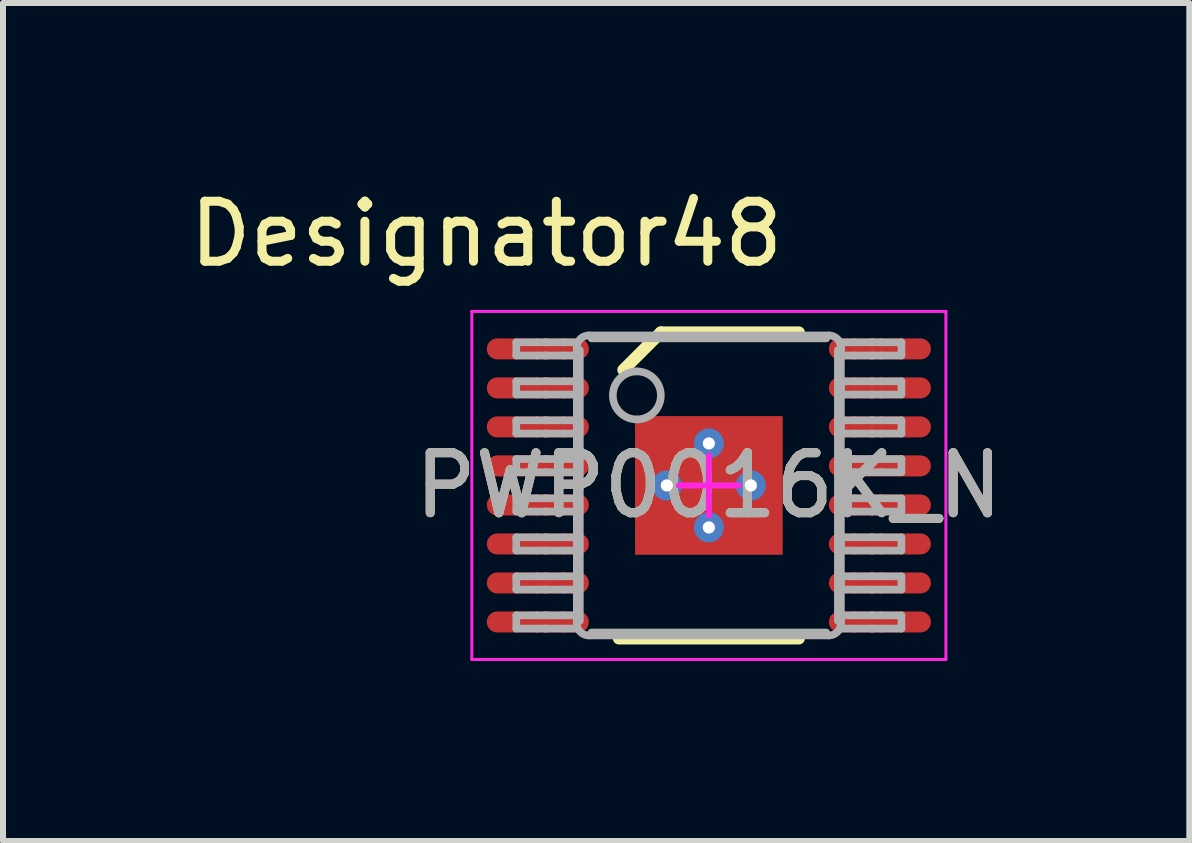
<source format=kicad_pcb>
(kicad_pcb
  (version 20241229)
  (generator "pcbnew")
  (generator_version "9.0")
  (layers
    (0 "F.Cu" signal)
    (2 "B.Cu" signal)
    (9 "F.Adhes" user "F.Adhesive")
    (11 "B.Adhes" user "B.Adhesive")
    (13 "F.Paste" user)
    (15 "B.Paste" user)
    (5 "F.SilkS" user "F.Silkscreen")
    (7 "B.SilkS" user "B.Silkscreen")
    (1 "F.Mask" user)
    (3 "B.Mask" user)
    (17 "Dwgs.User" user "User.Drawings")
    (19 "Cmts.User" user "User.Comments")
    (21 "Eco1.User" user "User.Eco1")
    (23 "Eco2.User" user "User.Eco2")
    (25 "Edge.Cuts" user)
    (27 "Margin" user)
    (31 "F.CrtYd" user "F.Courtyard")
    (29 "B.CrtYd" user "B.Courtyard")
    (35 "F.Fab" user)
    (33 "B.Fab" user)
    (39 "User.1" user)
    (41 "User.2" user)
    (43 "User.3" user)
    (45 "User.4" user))
  (footprint "PWP0016K_N"
    (layer "F.Cu")
    (at 8.762 5.039)
    (property "Reference" "PWP0016K_N" (at 0 0 0) (unlocked yes) (layer "F.SilkS") (effects (font (size 1 1) (thickness 0.15))))
    (attr smd)
    (fp_line (start -1.5 2.55) (end 1.5 2.55) (stroke (width 0.2) (type solid)) (layer "F.SilkS"))
    (fp_line (start -1.425 -1.925) (end -0.8 -2.55) (stroke (width 0.2) (type solid)) (layer "F.SilkS"))
    (fp_line (start -0.8 -2.55) (end 1.5 -2.55) (stroke (width 0.2) (type solid)) (layer "F.SilkS"))
    (fp_line (start -3.95 -2.9) (end 3.95 -2.9) (stroke (width 0.05) (type solid)) (layer "F.CrtYd"))
    (fp_line (start -3.95 2.9) (end -3.95 -2.9) (stroke (width 0.05) (type solid)) (layer "F.CrtYd"))
    (fp_line (start -3.95 2.9) (end 3.95 2.9) (stroke (width 0.05) (type solid)) (layer "F.CrtYd"))
    (fp_line (start -0.5 0.000003) (end 0.5 0.000003) (stroke (width 0.1) (type solid)) (layer "F.CrtYd"))
    (fp_line (start 0 0.5) (end 0 -0.5) (stroke (width 0.1) (type solid)) (layer "F.CrtYd"))
    (fp_line (start 3.95 2.9) (end 3.95 -2.9) (stroke (width 0.05) (type solid)) (layer "F.CrtYd"))
    (fp_line (start -3.209 -2.385) (end -2.871 -2.385) (stroke (width 0.127) (type solid)) (layer "F.Fab"))
    (fp_line (start -3.209 -2.165) (end -3.209 -2.385) (stroke (width 0.127) (type solid)) (layer "F.Fab"))
    (fp_line (start -3.209 -2.165) (end -2.871 -2.165) (stroke (width 0.127) (type solid)) (layer "F.Fab"))
    (fp_line (start -3.209 -1.735) (end -2.871 -1.735) (stroke (width 0.127) (type solid)) (layer "F.Fab"))
    (fp_line (start -3.209 -1.515) (end -3.209 -1.735) (stroke (width 0.127) (type solid)) (layer "F.Fab"))
    (fp_line (start -3.209 -1.515) (end -2.871 -1.515) (stroke (width 0.127) (type solid)) (layer "F.Fab"))
    (fp_line (start -3.209 -1.085) (end -2.871 -1.085) (stroke (width 0.127) (type solid)) (layer "F.Fab"))
    (fp_line (start -3.209 -0.865) (end -3.209 -1.085) (stroke (width 0.127) (type solid)) (layer "F.Fab"))
    (fp_line (start -3.209 -0.865) (end -2.871 -0.865) (stroke (width 0.127) (type solid)) (layer "F.Fab"))
    (fp_line (start -3.209 -0.44) (end -2.871 -0.44) (stroke (width 0.127) (type solid)) (layer "F.Fab"))
    (fp_line (start -3.209 -0.22) (end -3.209 -0.44) (stroke (width 0.127) (type solid)) (layer "F.Fab"))
    (fp_line (start -3.209 -0.22) (end -2.871 -0.22) (stroke (width 0.127) (type solid)) (layer "F.Fab"))
    (fp_line (start -3.209 0.215) (end -2.871 0.215) (stroke (width 0.127) (type solid)) (layer "F.Fab"))
    (fp_line (start -3.209 0.435) (end -3.209 0.215) (stroke (width 0.127) (type solid)) (layer "F.Fab"))
    (fp_line (start -3.209 0.435) (end -2.871 0.435) (stroke (width 0.127) (type solid)) (layer "F.Fab"))
    (fp_line (start -3.209 0.865) (end -2.871 0.865) (stroke (width 0.127) (type solid)) (layer "F.Fab"))
    (fp_line (start -3.209 1.085) (end -3.209 0.865) (stroke (width 0.127) (type solid)) (layer "F.Fab"))
    (fp_line (start -3.209 1.085) (end -2.871 1.085) (stroke (width 0.127) (type solid)) (layer "F.Fab"))
    (fp_line (start -3.209 1.515) (end -2.871 1.515) (stroke (width 0.127) (type solid)) (layer "F.Fab"))
    (fp_line (start -3.209 1.735) (end -3.209 1.515) (stroke (width 0.127) (type solid)) (layer "F.Fab"))
    (fp_line (start -3.209 1.735) (end -2.871 1.735) (stroke (width 0.127) (type solid)) (layer "F.Fab"))
    (fp_line (start -3.209 2.165) (end -2.871 2.165) (stroke (width 0.127) (type solid)) (layer "F.Fab"))
    (fp_line (start -3.209 2.385) (end -3.209 2.165) (stroke (width 0.127) (type solid)) (layer "F.Fab"))
    (fp_line (start -3.209 2.385) (end -2.871 2.385) (stroke (width 0.127) (type solid)) (layer "F.Fab"))
    (fp_line (start -2.871 -2.385) (end -2.723 -2.385) (stroke (width 0.127) (type solid)) (layer "F.Fab"))
    (fp_line (start -2.871 -2.165) (end -2.723 -2.165) (stroke (width 0.127) (type solid)) (layer "F.Fab"))
    (fp_line (start -2.871 -1.735) (end -2.723 -1.735) (stroke (width 0.127) (type solid)) (layer "F.Fab"))
    (fp_line (start -2.871 -1.515) (end -2.723 -1.515) (stroke (width 0.127) (type solid)) (layer "F.Fab"))
    (fp_line (start -2.871 -1.085) (end -2.723 -1.085) (stroke (width 0.127) (type solid)) (layer "F.Fab"))
    (fp_line (start -2.871 -0.865) (end -2.723 -0.865) (stroke (width 0.127) (type solid)) (layer "F.Fab"))
    (fp_line (start -2.871 -0.44) (end -2.723 -0.44) (stroke (width 0.127) (type solid)) (layer "F.Fab"))
    (fp_line (start -2.871 -0.22) (end -2.723 -0.22) (stroke (width 0.127) (type solid)) (layer "F.Fab"))
    (fp_line (start -2.871 0.215) (end -2.723 0.215) (stroke (width 0.127) (type solid)) (layer "F.Fab"))
    (fp_line (start -2.871 0.435) (end -2.723 0.435) (stroke (width 0.127) (type solid)) (layer "F.Fab"))
    (fp_line (start -2.871 0.865) (end -2.723 0.865) (stroke (width 0.127) (type solid)) (layer "F.Fab"))
    (fp_line (start -2.871 1.085) (end -2.723 1.085) (stroke (width 0.127) (type solid)) (layer "F.Fab"))
    (fp_line (start -2.871 1.515) (end -2.723 1.515) (stroke (width 0.127) (type solid)) (layer "F.Fab"))
    (fp_line (start -2.871 1.735) (end -2.723 1.735) (stroke (width 0.127) (type solid)) (layer "F.Fab"))
    (fp_line (start -2.871 2.165) (end -2.723 2.165) (stroke (width 0.127) (type solid)) (layer "F.Fab"))
    (fp_line (start -2.871 2.385) (end -2.723 2.385) (stroke (width 0.127) (type solid)) (layer "F.Fab"))
    (fp_line (start -2.723 -2.385) (end -2.714 -2.385) (stroke (width 0.127) (type solid)) (layer "F.Fab"))
    (fp_line (start -2.723 -2.165) (end -2.714 -2.165) (stroke (width 0.127) (type solid)) (layer "F.Fab"))
    (fp_line (start -2.723 -1.735) (end -2.714 -1.735) (stroke (width 0.127) (type solid)) (layer "F.Fab"))
    (fp_line (start -2.723 -1.515) (end -2.714 -1.515) (stroke (width 0.127) (type solid)) (layer "F.Fab"))
    (fp_line (start -2.723 -1.085) (end -2.714 -1.085) (stroke (width 0.127) (type solid)) (layer "F.Fab"))
    (fp_line (start -2.723 -0.865) (end -2.714 -0.865) (stroke (width 0.127) (type solid)) (layer "F.Fab"))
    (fp_line (start -2.723 -0.44) (end -2.714 -0.44) (stroke (width 0.127) (type solid)) (layer "F.Fab"))
    (fp_line (start -2.723 -0.22) (end -2.714 -0.22) (stroke (width 0.127) (type solid)) (layer "F.Fab"))
    (fp_line (start -2.723 0.215) (end -2.714 0.215) (stroke (width 0.127) (type solid)) (layer "F.Fab"))
    (fp_line (start -2.723 0.435) (end -2.714 0.435) (stroke (width 0.127) (type solid)) (layer "F.Fab"))
    (fp_line (start -2.723 0.865) (end -2.714 0.865) (stroke (width 0.127) (type solid)) (layer "F.Fab"))
    (fp_line (start -2.723 1.085) (end -2.714 1.085) (stroke (width 0.127) (type solid)) (layer "F.Fab"))
    (fp_line (start -2.723 1.515) (end -2.714 1.515) (stroke (width 0.127) (type solid)) (layer "F.Fab"))
    (fp_line (start -2.723 1.735) (end -2.714 1.735) (stroke (width 0.127) (type solid)) (layer "F.Fab"))
    (fp_line (start -2.723 2.165) (end -2.714 2.165) (stroke (width 0.127) (type solid)) (layer "F.Fab"))
    (fp_line (start -2.723 2.385) (end -2.714 2.385) (stroke (width 0.127) (type solid)) (layer "F.Fab"))
    (fp_line (start -2.714 -2.385) (end -2.429 -2.385) (stroke (width 0.127) (type solid)) (layer "F.Fab"))
    (fp_line (start -2.714 -2.165) (end -2.429 -2.165) (stroke (width 0.127) (type solid)) (layer "F.Fab"))
    (fp_line (start -2.714 -1.735) (end -2.429 -1.735) (stroke (width 0.127) (type solid)) (layer "F.Fab"))
    (fp_line (start -2.714 -1.515) (end -2.429 -1.515) (stroke (width 0.127) (type solid)) (layer "F.Fab"))
    (fp_line (start -2.714 -1.085) (end -2.429 -1.085) (stroke (width 0.127) (type solid)) (layer "F.Fab"))
    (fp_line (start -2.714 -0.865) (end -2.429 -0.865) (stroke (width 0.127) (type solid)) (layer "F.Fab"))
    (fp_line (start -2.714 -0.44) (end -2.429 -0.44) (stroke (width 0.127) (type solid)) (layer "F.Fab"))
    (fp_line (start -2.714 -0.22) (end -2.429 -0.22) (stroke (width 0.127) (type solid)) (layer "F.Fab"))
    (fp_line (start -2.714 0.215) (end -2.429 0.215) (stroke (width 0.127) (type solid)) (layer "F.Fab"))
    (fp_line (start -2.714 0.435) (end -2.429 0.435) (stroke (width 0.127) (type solid)) (layer "F.Fab"))
    (fp_line (start -2.714 0.865) (end -2.429 0.865) (stroke (width 0.127) (type solid)) (layer "F.Fab"))
    (fp_line (start -2.714 1.085) (end -2.429 1.085) (stroke (width 0.127) (type solid)) (layer "F.Fab"))
    (fp_line (start -2.714 1.515) (end -2.429 1.515) (stroke (width 0.127) (type solid)) (layer "F.Fab"))
    (fp_line (start -2.714 1.735) (end -2.429 1.735) (stroke (width 0.127) (type solid)) (layer "F.Fab"))
    (fp_line (start -2.714 2.165) (end -2.429 2.165) (stroke (width 0.127) (type solid)) (layer "F.Fab"))
    (fp_line (start -2.714 2.385) (end -2.429 2.385) (stroke (width 0.127) (type solid)) (layer "F.Fab"))
    (fp_line (start -2.429 -2.385) (end -2.2 -2.385) (stroke (width 0.127) (type solid)) (layer "F.Fab"))
    (fp_line (start -2.429 -2.165) (end -2.2 -2.165) (stroke (width 0.127) (type solid)) (layer "F.Fab"))
    (fp_line (start -2.429 -1.735) (end -2.2 -1.735) (stroke (width 0.127) (type solid)) (layer "F.Fab"))
    (fp_line (start -2.429 -1.515) (end -2.2 -1.515) (stroke (width 0.127) (type solid)) (layer "F.Fab"))
    (fp_line (start -2.429 -1.085) (end -2.2 -1.085) (stroke (width 0.127) (type solid)) (layer "F.Fab"))
    (fp_line (start -2.429 -0.865) (end -2.2 -0.865) (stroke (width 0.127) (type solid)) (layer "F.Fab"))
    (fp_line (start -2.429 -0.44) (end -2.2 -0.44) (stroke (width 0.127) (type solid)) (layer "F.Fab"))
    (fp_line (start -2.429 -0.22) (end -2.2 -0.22) (stroke (width 0.127) (type solid)) (layer "F.Fab"))
    (fp_line (start -2.429 0.215) (end -2.2 0.215) (stroke (width 0.127) (type solid)) (layer "F.Fab"))
    (fp_line (start -2.429 0.435) (end -2.2 0.435) (stroke (width 0.127) (type solid)) (layer "F.Fab"))
    (fp_line (start -2.429 0.865) (end -2.2 0.865) (stroke (width 0.127) (type solid)) (layer "F.Fab"))
    (fp_line (start -2.429 1.085) (end -2.2 1.085) (stroke (width 0.127) (type solid)) (layer "F.Fab"))
    (fp_line (start -2.429 1.515) (end -2.2 1.515) (stroke (width 0.127) (type solid)) (layer "F.Fab"))
    (fp_line (start -2.429 1.735) (end -2.2 1.735) (stroke (width 0.127) (type solid)) (layer "F.Fab"))
    (fp_line (start -2.429 2.165) (end -2.2 2.165) (stroke (width 0.127) (type solid)) (layer "F.Fab"))
    (fp_line (start -2.429 2.385) (end -2.2 2.385) (stroke (width 0.127) (type solid)) (layer "F.Fab"))
    (fp_line (start -2.2 -2.165) (end -2.2 -2.385) (stroke (width 0.127) (type solid)) (layer "F.Fab"))
    (fp_line (start -2.2 -1.515) (end -2.2 -1.735) (stroke (width 0.127) (type solid)) (layer "F.Fab"))
    (fp_line (start -2.2 -0.865) (end -2.2 -1.085) (stroke (width 0.127) (type solid)) (layer "F.Fab"))
    (fp_line (start -2.2 -0.22) (end -2.2 -0.44) (stroke (width 0.127) (type solid)) (layer "F.Fab"))
    (fp_line (start -2.2 0.435) (end -2.2 0.215) (stroke (width 0.127) (type solid)) (layer "F.Fab"))
    (fp_line (start -2.2 1.085) (end -2.2 0.865) (stroke (width 0.127) (type solid)) (layer "F.Fab"))
    (fp_line (start -2.2 1.735) (end -2.2 1.515) (stroke (width 0.127) (type solid)) (layer "F.Fab"))
    (fp_line (start -2.2 2.3) (end -2.2 -2.3) (stroke (width 0.127) (type solid)) (layer "F.Fab"))
    (fp_line (start -2.2 2.385) (end -2.2 2.165) (stroke (width 0.127) (type solid)) (layer "F.Fab"))
    (fp_line (start -2.15 2.256) (end -2.15 -2.256) (stroke (width 0.127) (type solid)) (layer "F.Fab"))
    (fp_line (start -2 -2.5) (end 2 -2.5) (stroke (width 0.127) (type solid)) (layer "F.Fab"))
    (fp_line (start -2 2.5) (end 2 2.5) (stroke (width 0.127) (type solid)) (layer "F.Fab"))
    (fp_line (start -1.956 -2.45) (end 1.956 -2.45) (stroke (width 0.127) (type solid)) (layer "F.Fab"))
    (fp_line (start -1.956 2.45) (end 1.956 2.45) (stroke (width 0.127) (type solid)) (layer "F.Fab"))
    (fp_line (start 2.15 2.256) (end 2.15 -2.256) (stroke (width 0.127) (type solid)) (layer "F.Fab"))
    (fp_line (start 2.2 -2.385) (end 2.429 -2.385) (stroke (width 0.127) (type solid)) (layer "F.Fab"))
    (fp_line (start 2.2 -2.165) (end 2.2 -2.385) (stroke (width 0.127) (type solid)) (layer "F.Fab"))
    (fp_line (start 2.2 -2.165) (end 2.429 -2.165) (stroke (width 0.127) (type solid)) (layer "F.Fab"))
    (fp_line (start 2.2 -1.735) (end 2.429 -1.735) (stroke (width 0.127) (type solid)) (layer "F.Fab"))
    (fp_line (start 2.2 -1.515) (end 2.2 -1.735) (stroke (width 0.127) (type solid)) (layer "F.Fab"))
    (fp_line (start 2.2 -1.515) (end 2.429 -1.515) (stroke (width 0.127) (type solid)) (layer "F.Fab"))
    (fp_line (start 2.2 -1.085) (end 2.429 -1.085) (stroke (width 0.127) (type solid)) (layer "F.Fab"))
    (fp_line (start 2.2 -0.865) (end 2.2 -1.085) (stroke (width 0.127) (type solid)) (layer "F.Fab"))
    (fp_line (start 2.2 -0.865) (end 2.429 -0.865) (stroke (width 0.127) (type solid)) (layer "F.Fab"))
    (fp_line (start 2.2 -0.44) (end 2.429 -0.44) (stroke (width 0.127) (type solid)) (layer "F.Fab"))
    (fp_line (start 2.2 -0.22) (end 2.2 -0.44) (stroke (width 0.127) (type solid)) (layer "F.Fab"))
    (fp_line (start 2.2 -0.22) (end 2.429 -0.22) (stroke (width 0.127) (type solid)) (layer "F.Fab"))
    (fp_line (start 2.2 0.215) (end 2.429 0.215) (stroke (width 0.127) (type solid)) (layer "F.Fab"))
    (fp_line (start 2.2 0.435) (end 2.2 0.215) (stroke (width 0.127) (type solid)) (layer "F.Fab"))
    (fp_line (start 2.2 0.435) (end 2.429 0.435) (stroke (width 0.127) (type solid)) (layer "F.Fab"))
    (fp_line (start 2.2 0.865) (end 2.429 0.865) (stroke (width 0.127) (type solid)) (layer "F.Fab"))
    (fp_line (start 2.2 1.085) (end 2.2 0.865) (stroke (width 0.127) (type solid)) (layer "F.Fab"))
    (fp_line (start 2.2 1.085) (end 2.429 1.085) (stroke (width 0.127) (type solid)) (layer "F.Fab"))
    (fp_line (start 2.2 1.515) (end 2.429 1.515) (stroke (width 0.127) (type solid)) (layer "F.Fab"))
    (fp_line (start 2.2 1.735) (end 2.2 1.515) (stroke (width 0.127) (type solid)) (layer "F.Fab"))
    (fp_line (start 2.2 1.735) (end 2.429 1.735) (stroke (width 0.127) (type solid)) (layer "F.Fab"))
    (fp_line (start 2.2 2.165) (end 2.429 2.165) (stroke (width 0.127) (type solid)) (layer "F.Fab"))
    (fp_line (start 2.2 2.3) (end 2.2 -2.3) (stroke (width 0.127) (type solid)) (layer "F.Fab"))
    (fp_line (start 2.2 2.385) (end 2.2 2.165) (stroke (width 0.127) (type solid)) (layer "F.Fab"))
    (fp_line (start 2.2 2.385) (end 2.429 2.385) (stroke (width 0.127) (type solid)) (layer "F.Fab"))
    (fp_line (start 2.429 -2.385) (end 2.714 -2.385) (stroke (width 0.127) (type solid)) (layer "F.Fab"))
    (fp_line (start 2.429 -2.165) (end 2.714 -2.165) (stroke (width 0.127) (type solid)) (layer "F.Fab"))
    (fp_line (start 2.429 -1.735) (end 2.714 -1.735) (stroke (width 0.127) (type solid)) (layer "F.Fab"))
    (fp_line (start 2.429 -1.515) (end 2.714 -1.515) (stroke (width 0.127) (type solid)) (layer "F.Fab"))
    (fp_line (start 2.429 -1.085) (end 2.714 -1.085) (stroke (width 0.127) (type solid)) (layer "F.Fab"))
    (fp_line (start 2.429 -0.865) (end 2.714 -0.865) (stroke (width 0.127) (type solid)) (layer "F.Fab"))
    (fp_line (start 2.429 -0.44) (end 2.714 -0.44) (stroke (width 0.127) (type solid)) (layer "F.Fab"))
    (fp_line (start 2.429 -0.22) (end 2.714 -0.22) (stroke (width 0.127) (type solid)) (layer "F.Fab"))
    (fp_line (start 2.429 0.215) (end 2.714 0.215) (stroke (width 0.127) (type solid)) (layer "F.Fab"))
    (fp_line (start 2.429 0.435) (end 2.714 0.435) (stroke (width 0.127) (type solid)) (layer "F.Fab"))
    (fp_line (start 2.429 0.865) (end 2.714 0.865) (stroke (width 0.127) (type solid)) (layer "F.Fab"))
    (fp_line (start 2.429 1.085) (end 2.714 1.085) (stroke (width 0.127) (type solid)) (layer "F.Fab"))
    (fp_line (start 2.429 1.515) (end 2.714 1.515) (stroke (width 0.127) (type solid)) (layer "F.Fab"))
    (fp_line (start 2.429 1.735) (end 2.714 1.735) (stroke (width 0.127) (type solid)) (layer "F.Fab"))
    (fp_line (start 2.429 2.165) (end 2.714 2.165) (stroke (width 0.127) (type solid)) (layer "F.Fab"))
    (fp_line (start 2.429 2.385) (end 2.714 2.385) (stroke (width 0.127) (type solid)) (layer "F.Fab"))
    (fp_line (start 2.714 -2.385) (end 2.723 -2.385) (stroke (width 0.127) (type solid)) (layer "F.Fab"))
    (fp_line (start 2.714 -2.165) (end 2.723 -2.165) (stroke (width 0.127) (type solid)) (layer "F.Fab"))
    (fp_line (start 2.714 -1.735) (end 2.723 -1.735) (stroke (width 0.127) (type solid)) (layer "F.Fab"))
    (fp_line (start 2.714 -1.515) (end 2.723 -1.515) (stroke (width 0.127) (type solid)) (layer "F.Fab"))
    (fp_line (start 2.714 -1.085) (end 2.723 -1.085) (stroke (width 0.127) (type solid)) (layer "F.Fab"))
    (fp_line (start 2.714 -0.865) (end 2.723 -0.865) (stroke (width 0.127) (type solid)) (layer "F.Fab"))
    (fp_line (start 2.714 -0.44) (end 2.723 -0.44) (stroke (width 0.127) (type solid)) (layer "F.Fab"))
    (fp_line (start 2.714 -0.22) (end 2.723 -0.22) (stroke (width 0.127) (type solid)) (layer "F.Fab"))
    (fp_line (start 2.714 0.215) (end 2.723 0.215) (stroke (width 0.127) (type solid)) (layer "F.Fab"))
    (fp_line (start 2.714 0.435) (end 2.723 0.435) (stroke (width 0.127) (type solid)) (layer "F.Fab"))
    (fp_line (start 2.714 0.865) (end 2.723 0.865) (stroke (width 0.127) (type solid)) (layer "F.Fab"))
    (fp_line (start 2.714 1.085) (end 2.723 1.085) (stroke (width 0.127) (type solid)) (layer "F.Fab"))
    (fp_line (start 2.714 1.515) (end 2.723 1.515) (stroke (width 0.127) (type solid)) (layer "F.Fab"))
    (fp_line (start 2.714 1.735) (end 2.723 1.735) (stroke (width 0.127) (type solid)) (layer "F.Fab"))
    (fp_line (start 2.714 2.165) (end 2.723 2.165) (stroke (width 0.127) (type solid)) (layer "F.Fab"))
    (fp_line (start 2.714 2.385) (end 2.723 2.385) (stroke (width 0.127) (type solid)) (layer "F.Fab"))
    (fp_line (start 2.723 -2.385) (end 2.871 -2.385) (stroke (width 0.127) (type solid)) (layer "F.Fab"))
    (fp_line (start 2.723 -2.165) (end 2.871 -2.165) (stroke (width 0.127) (type solid)) (layer "F.Fab"))
    (fp_line (start 2.723 -1.735) (end 2.871 -1.735) (stroke (width 0.127) (type solid)) (layer "F.Fab"))
    (fp_line (start 2.723 -1.515) (end 2.871 -1.515) (stroke (width 0.127) (type solid)) (layer "F.Fab"))
    (fp_line (start 2.723 -1.085) (end 2.871 -1.085) (stroke (width 0.127) (type solid)) (layer "F.Fab"))
    (fp_line (start 2.723 -0.865) (end 2.871 -0.865) (stroke (width 0.127) (type solid)) (layer "F.Fab"))
    (fp_line (start 2.723 -0.44) (end 2.871 -0.44) (stroke (width 0.127) (type solid)) (layer "F.Fab"))
    (fp_line (start 2.723 -0.22) (end 2.871 -0.22) (stroke (width 0.127) (type solid)) (layer "F.Fab"))
    (fp_line (start 2.723 0.215) (end 2.871 0.215) (stroke (width 0.127) (type solid)) (layer "F.Fab"))
    (fp_line (start 2.723 0.435) (end 2.871 0.435) (stroke (width 0.127) (type solid)) (layer "F.Fab"))
    (fp_line (start 2.723 0.865) (end 2.871 0.865) (stroke (width 0.127) (type solid)) (layer "F.Fab"))
    (fp_line (start 2.723 1.085) (end 2.871 1.085) (stroke (width 0.127) (type solid)) (layer "F.Fab"))
    (fp_line (start 2.723 1.515) (end 2.871 1.515) (stroke (width 0.127) (type solid)) (layer "F.Fab"))
    (fp_line (start 2.723 1.735) (end 2.871 1.735) (stroke (width 0.127) (type solid)) (layer "F.Fab"))
    (fp_line (start 2.723 2.165) (end 2.871 2.165) (stroke (width 0.127) (type solid)) (layer "F.Fab"))
    (fp_line (start 2.723 2.385) (end 2.871 2.385) (stroke (width 0.127) (type solid)) (layer "F.Fab"))
    (fp_line (start 2.871 -2.385) (end 3.209 -2.385) (stroke (width 0.127) (type solid)) (layer "F.Fab"))
    (fp_line (start 2.871 -2.165) (end 3.209 -2.165) (stroke (width 0.127) (type solid)) (layer "F.Fab"))
    (fp_line (start 2.871 -1.735) (end 3.209 -1.735) (stroke (width 0.127) (type solid)) (layer "F.Fab"))
    (fp_line (start 2.871 -1.515) (end 3.209 -1.515) (stroke (width 0.127) (type solid)) (layer "F.Fab"))
    (fp_line (start 2.871 -1.085) (end 3.209 -1.085) (stroke (width 0.127) (type solid)) (layer "F.Fab"))
    (fp_line (start 2.871 -0.865) (end 3.209 -0.865) (stroke (width 0.127) (type solid)) (layer "F.Fab"))
    (fp_line (start 2.871 -0.44) (end 3.209 -0.44) (stroke (width 0.127) (type solid)) (layer "F.Fab"))
    (fp_line (start 2.871 -0.22) (end 3.209 -0.22) (stroke (width 0.127) (type solid)) (layer "F.Fab"))
    (fp_line (start 2.871 0.215) (end 3.209 0.215) (stroke (width 0.127) (type solid)) (layer "F.Fab"))
    (fp_line (start 2.871 0.435) (end 3.209 0.435) (stroke (width 0.127) (type solid)) (layer "F.Fab"))
    (fp_line (start 2.871 0.865) (end 3.209 0.865) (stroke (width 0.127) (type solid)) (layer "F.Fab"))
    (fp_line (start 2.871 1.085) (end 3.209 1.085) (stroke (width 0.127) (type solid)) (layer "F.Fab"))
    (fp_line (start 2.871 1.515) (end 3.209 1.515) (stroke (width 0.127) (type solid)) (layer "F.Fab"))
    (fp_line (start 2.871 1.735) (end 3.209 1.735) (stroke (width 0.127) (type solid)) (layer "F.Fab"))
    (fp_line (start 2.871 2.165) (end 3.209 2.165) (stroke (width 0.127) (type solid)) (layer "F.Fab"))
    (fp_line (start 2.871 2.385) (end 3.209 2.385) (stroke (width 0.127) (type solid)) (layer "F.Fab"))
    (fp_line (start 3.209 -2.165) (end 3.209 -2.385) (stroke (width 0.127) (type solid)) (layer "F.Fab"))
    (fp_line (start 3.209 -1.515) (end 3.209 -1.735) (stroke (width 0.127) (type solid)) (layer "F.Fab"))
    (fp_line (start 3.209 -0.865) (end 3.209 -1.085) (stroke (width 0.127) (type solid)) (layer "F.Fab"))
    (fp_line (start 3.209 -0.22) (end 3.209 -0.44) (stroke (width 0.127) (type solid)) (layer "F.Fab"))
    (fp_line (start 3.209 0.435) (end 3.209 0.215) (stroke (width 0.127) (type solid)) (layer "F.Fab"))
    (fp_line (start 3.209 1.085) (end 3.209 0.865) (stroke (width 0.127) (type solid)) (layer "F.Fab"))
    (fp_line (start 3.209 1.735) (end 3.209 1.515) (stroke (width 0.127) (type solid)) (layer "F.Fab"))
    (fp_line (start 3.209 2.385) (end 3.209 2.165) (stroke (width 0.127) (type solid)) (layer "F.Fab"))
    (fp_arc (start -2.200001 -2.300015) (mid -2.141422 -2.441437) (end -2.000001 -2.500015) (stroke (width 0.127) (type solid)) (layer "F.Fab"))
    (fp_arc (start -2.000001 2.5) (mid -2.141422 2.441422) (end -2.200001 2.3) (stroke (width 0.127) (type solid)) (layer "F.Fab"))
    (fp_arc (start -1.200003 -1.900017) (mid -0.800003 -1.500017) (end -1.200003 -1.100018) (stroke (width 0.127) (type solid)) (layer "F.Fab"))
    (fp_arc (start -1.200003 -1.100018) (mid -1.600002 -1.500017) (end -1.200003 -1.900017) (stroke (width 0.127) (type solid)) (layer "F.Fab"))
    (fp_arc (start 1.999991 -2.500015) (mid 2.141412 -2.441437) (end 2.199991 -2.300016) (stroke (width 0.127) (type solid)) (layer "F.Fab"))
    (fp_arc (start 2.199991 2.3) (mid 2.141412 2.441422) (end 1.999991 2.5) (stroke (width 0.127) (type solid)) (layer "F.Fab"))
    (fp_text user "Designator48" (at -3.708 -4.191 0) (unlocked yes) (layer "F.SilkS") (effects (font (size 1 1) (thickness 0.15))))
    (fp_text user "${REFERENCE}" (at 0 0 0) (unlocked yes) (layer "F.Fab") (effects (font (size 1 1) (thickness 0.15))))
    (pad "1" smd oval (at -2.85 -2.275 90) (size 0.35 1.7) (layers "F.Cu" "F.Mask" "F.Paste"))
    (pad "2" smd oval (at -2.85 -1.625 90) (size 0.35 1.7) (layers "F.Cu" "F.Mask" "F.Paste"))
    (pad "3" smd oval (at -2.85 -0.975 90) (size 0.35 1.7) (layers "F.Cu" "F.Mask" "F.Paste"))
    (pad "4" smd oval (at -2.85 -0.325 90) (size 0.35 1.7) (layers "F.Cu" "F.Mask" "F.Paste"))
    (pad "5" smd oval (at -2.85 0.325 90) (size 0.35 1.7) (layers "F.Cu" "F.Mask" "F.Paste"))
    (pad "6" smd oval (at -2.85 0.975 90) (size 0.35 1.7) (layers "F.Cu" "F.Mask" "F.Paste"))
    (pad "7" smd oval (at -2.85 1.625 90) (size 0.35 1.7) (layers "F.Cu" "F.Mask" "F.Paste"))
    (pad "8" smd oval (at -2.85 2.275 90) (size 0.35 1.7) (layers "F.Cu" "F.Mask" "F.Paste"))
    (pad "9" smd oval (at 2.85 2.275 90) (size 0.35 1.7) (layers "F.Cu" "F.Mask" "F.Paste"))
    (pad "10" smd oval (at 2.85 1.625 90) (size 0.35 1.7) (layers "F.Cu" "F.Mask" "F.Paste"))
    (pad "11" smd oval (at 2.85 0.975 90) (size 0.35 1.7) (layers "F.Cu" "F.Mask" "F.Paste"))
    (pad "12" smd oval (at 2.85 0.325 90) (size 0.35 1.7) (layers "F.Cu" "F.Mask" "F.Paste"))
    (pad "13" smd oval (at 2.85 -0.325 90) (size 0.35 1.7) (layers "F.Cu" "F.Mask" "F.Paste"))
    (pad "14" smd oval (at 2.85 -0.975 90) (size 0.35 1.7) (layers "F.Cu" "F.Mask" "F.Paste"))
    (pad "15" smd oval (at 2.85 -1.625 90) (size 0.35 1.7) (layers "F.Cu" "F.Mask" "F.Paste"))
    (pad "16" smd oval (at 2.85 -2.275 90) (size 0.35 1.7) (layers "F.Cu" "F.Mask" "F.Paste"))
    (pad "17" smd rect (at 0 0) (size 2.46 2.31) (layers "F.Cu" "F.Mask" "F.Paste"))
    (pad "V" thru_hole circle (at -0.7 0) (size 0.5 0.5) (drill 0.203) (layers "*.Cu" "*.Mask"))
    (pad "V" thru_hole circle (at 0 -0.7) (size 0.5 0.5) (drill 0.203) (layers "*.Cu" "*.Mask"))
    (pad "V" thru_hole circle (at 0 0.7) (size 0.5 0.5) (drill 0.203) (layers "*.Cu" "*.Mask"))
    (pad "V" thru_hole circle (at 0.7 0) (size 0.5 0.5) (drill 0.203) (layers "*.Cu" "*.Mask")))
  (gr_rect
    (start -3 -3)
    (end 16.768 10.964)
    (stroke (width 0.1) (type default))
    (fill no)
    (layer "Edge.Cuts")))
</source>
